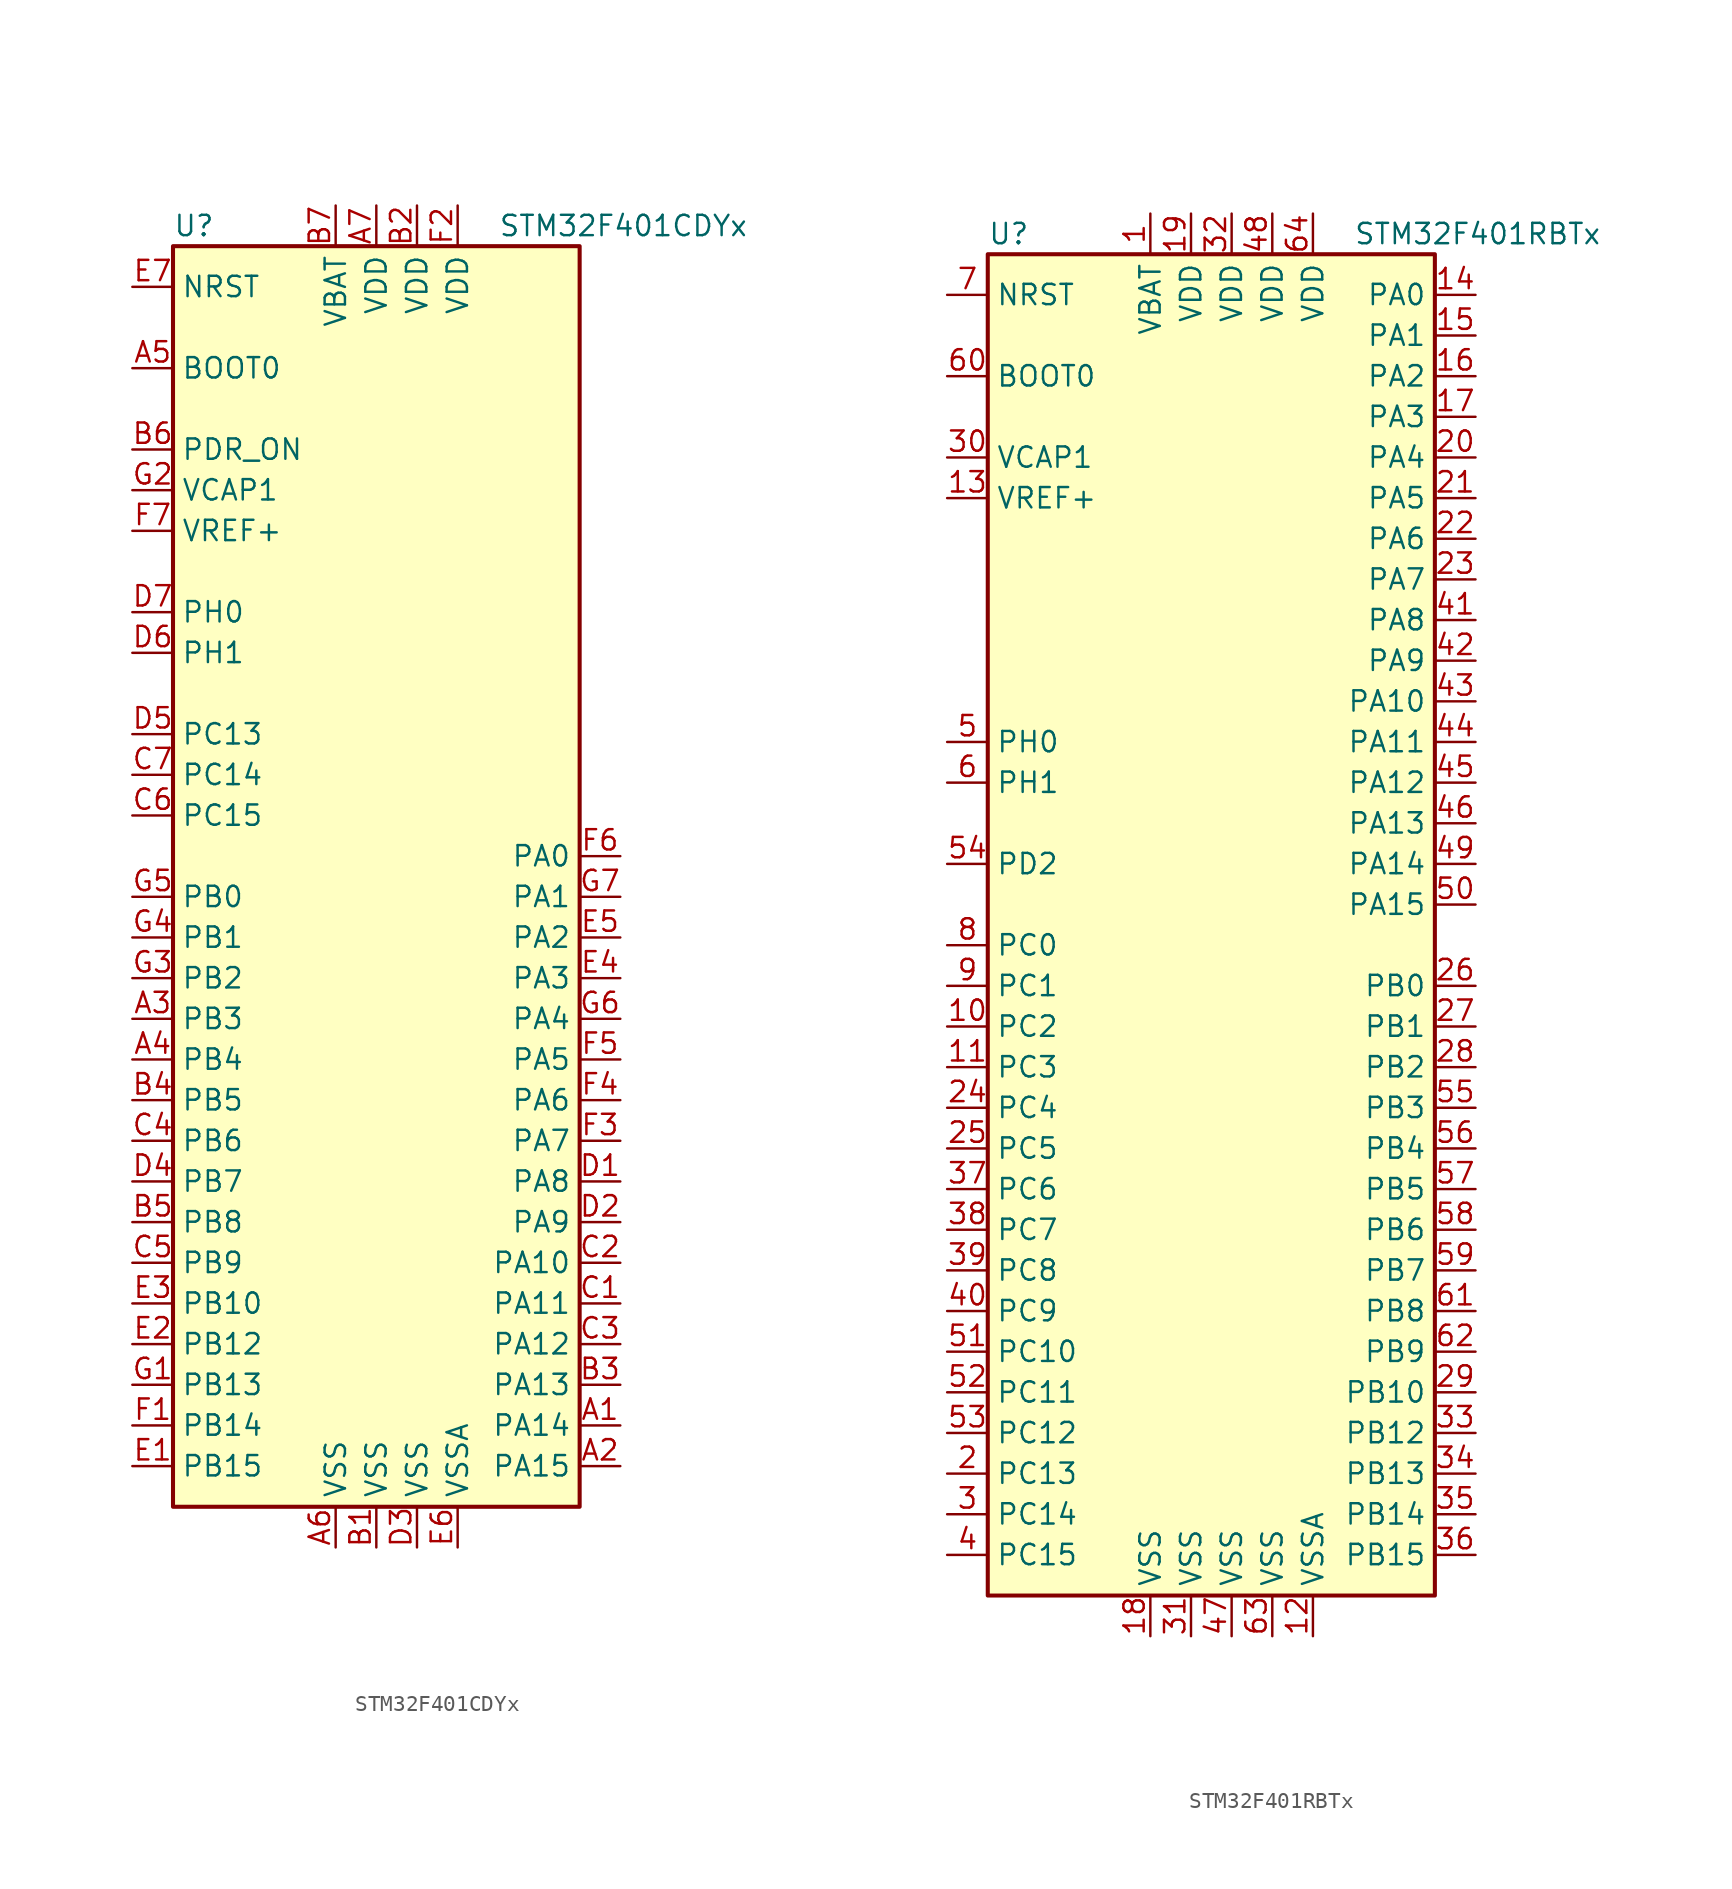
<source format=kicad_sym>
(kicad_symbol_lib
  (version 20201005)
  (generator kicad_symbol_editor)
  (symbol "MCU_ST_STM32F4:STM32F401CDYx"
    (property "Reference" "U"
      (at -12.7 39.37 0)
      (effects (font (size 1.27 1.27)) (justify left)))
    (property "Value" "STM32F401CDYx"
      (at 7.62 39.37 0)
      (effects (font (size 1.27 1.27)) (justify left)))
    (symbol "STM32F401CDYx_0_1"
      (rectangle (start -12.7 -40.64) (end 12.7 38.1) (stroke (width 0.254)) (fill (type background))))
    (symbol "STM32F401CDYx_1_1"
      (pin input line (at -15.24 30.48 0) (length 2.54) (name "BOOT0" (effects (font (size 1.27 1.27)))) (number "A5" (effects (font (size 1.27 1.27)))))
      (pin input line (at -15.24 35.56 0) (length 2.54) (name "NRST" (effects (font (size 1.27 1.27)))) (number "E7" (effects (font (size 1.27 1.27)))))
      (pin bidirectional line (at 15.24 0 180) (length 2.54) (name "PA0" (effects (font (size 1.27 1.27)))) (number "F6" (effects (font (size 1.27 1.27)))))
      (pin bidirectional line (at 15.24 -2.54 180) (length 2.54) (name "PA1" (effects (font (size 1.27 1.27)))) (number "G7" (effects (font (size 1.27 1.27)))))
      (pin bidirectional line (at 15.24 -25.4 180) (length 2.54) (name "PA10" (effects (font (size 1.27 1.27)))) (number "C2" (effects (font (size 1.27 1.27)))))
      (pin bidirectional line (at 15.24 -27.94 180) (length 2.54) (name "PA11" (effects (font (size 1.27 1.27)))) (number "C1" (effects (font (size 1.27 1.27)))))
      (pin bidirectional line (at 15.24 -30.48 180) (length 2.54) (name "PA12" (effects (font (size 1.27 1.27)))) (number "C3" (effects (font (size 1.27 1.27)))))
      (pin bidirectional line (at 15.24 -33.02 180) (length 2.54) (name "PA13" (effects (font (size 1.27 1.27)))) (number "B3" (effects (font (size 1.27 1.27)))))
      (pin bidirectional line (at 15.24 -35.56 180) (length 2.54) (name "PA14" (effects (font (size 1.27 1.27)))) (number "A1" (effects (font (size 1.27 1.27)))))
      (pin bidirectional line (at 15.24 -38.1 180) (length 2.54) (name "PA15" (effects (font (size 1.27 1.27)))) (number "A2" (effects (font (size 1.27 1.27)))))
      (pin bidirectional line (at 15.24 -5.08 180) (length 2.54) (name "PA2" (effects (font (size 1.27 1.27)))) (number "E5" (effects (font (size 1.27 1.27)))))
      (pin bidirectional line (at 15.24 -7.62 180) (length 2.54) (name "PA3" (effects (font (size 1.27 1.27)))) (number "E4" (effects (font (size 1.27 1.27)))))
      (pin bidirectional line (at 15.24 -10.16 180) (length 2.54) (name "PA4" (effects (font (size 1.27 1.27)))) (number "G6" (effects (font (size 1.27 1.27)))))
      (pin bidirectional line (at 15.24 -12.7 180) (length 2.54) (name "PA5" (effects (font (size 1.27 1.27)))) (number "F5" (effects (font (size 1.27 1.27)))))
      (pin bidirectional line (at 15.24 -15.24 180) (length 2.54) (name "PA6" (effects (font (size 1.27 1.27)))) (number "F4" (effects (font (size 1.27 1.27)))))
      (pin bidirectional line (at 15.24 -17.78 180) (length 2.54) (name "PA7" (effects (font (size 1.27 1.27)))) (number "F3" (effects (font (size 1.27 1.27)))))
      (pin bidirectional line (at 15.24 -20.32 180) (length 2.54) (name "PA8" (effects (font (size 1.27 1.27)))) (number "D1" (effects (font (size 1.27 1.27)))))
      (pin bidirectional line (at 15.24 -22.86 180) (length 2.54) (name "PA9" (effects (font (size 1.27 1.27)))) (number "D2" (effects (font (size 1.27 1.27)))))
      (pin bidirectional line (at -15.24 -2.54 0) (length 2.54) (name "PB0" (effects (font (size 1.27 1.27)))) (number "G5" (effects (font (size 1.27 1.27)))))
      (pin bidirectional line (at -15.24 -5.08 0) (length 2.54) (name "PB1" (effects (font (size 1.27 1.27)))) (number "G4" (effects (font (size 1.27 1.27)))))
      (pin bidirectional line (at -15.24 -27.94 0) (length 2.54) (name "PB10" (effects (font (size 1.27 1.27)))) (number "E3" (effects (font (size 1.27 1.27)))))
      (pin bidirectional line (at -15.24 -30.48 0) (length 2.54) (name "PB12" (effects (font (size 1.27 1.27)))) (number "E2" (effects (font (size 1.27 1.27)))))
      (pin bidirectional line (at -15.24 -33.02 0) (length 2.54) (name "PB13" (effects (font (size 1.27 1.27)))) (number "G1" (effects (font (size 1.27 1.27)))))
      (pin bidirectional line (at -15.24 -35.56 0) (length 2.54) (name "PB14" (effects (font (size 1.27 1.27)))) (number "F1" (effects (font (size 1.27 1.27)))))
      (pin bidirectional line (at -15.24 -38.1 0) (length 2.54) (name "PB15" (effects (font (size 1.27 1.27)))) (number "E1" (effects (font (size 1.27 1.27)))))
      (pin bidirectional line (at -15.24 -7.62 0) (length 2.54) (name "PB2" (effects (font (size 1.27 1.27)))) (number "G3" (effects (font (size 1.27 1.27)))))
      (pin bidirectional line (at -15.24 -10.16 0) (length 2.54) (name "PB3" (effects (font (size 1.27 1.27)))) (number "A3" (effects (font (size 1.27 1.27)))))
      (pin bidirectional line (at -15.24 -12.7 0) (length 2.54) (name "PB4" (effects (font (size 1.27 1.27)))) (number "A4" (effects (font (size 1.27 1.27)))))
      (pin bidirectional line (at -15.24 -15.24 0) (length 2.54) (name "PB5" (effects (font (size 1.27 1.27)))) (number "B4" (effects (font (size 1.27 1.27)))))
      (pin bidirectional line (at -15.24 -17.78 0) (length 2.54) (name "PB6" (effects (font (size 1.27 1.27)))) (number "C4" (effects (font (size 1.27 1.27)))))
      (pin bidirectional line (at -15.24 -20.32 0) (length 2.54) (name "PB7" (effects (font (size 1.27 1.27)))) (number "D4" (effects (font (size 1.27 1.27)))))
      (pin bidirectional line (at -15.24 -22.86 0) (length 2.54) (name "PB8" (effects (font (size 1.27 1.27)))) (number "B5" (effects (font (size 1.27 1.27)))))
      (pin bidirectional line (at -15.24 -25.4 0) (length 2.54) (name "PB9" (effects (font (size 1.27 1.27)))) (number "C5" (effects (font (size 1.27 1.27)))))
      (pin bidirectional line (at -15.24 7.62 0) (length 2.54) (name "PC13" (effects (font (size 1.27 1.27)))) (number "D5" (effects (font (size 1.27 1.27)))))
      (pin bidirectional line (at -15.24 5.08 0) (length 2.54) (name "PC14" (effects (font (size 1.27 1.27)))) (number "C7" (effects (font (size 1.27 1.27)))))
      (pin bidirectional line (at -15.24 2.54 0) (length 2.54) (name "PC15" (effects (font (size 1.27 1.27)))) (number "C6" (effects (font (size 1.27 1.27)))))
      (pin power_in line (at -15.24 25.4 0) (length 2.54) (name "PDR_ON" (effects (font (size 1.27 1.27)))) (number "B6" (effects (font (size 1.27 1.27)))))
      (pin input line (at -15.24 15.24 0) (length 2.54) (name "PH0" (effects (font (size 1.27 1.27)))) (number "D7" (effects (font (size 1.27 1.27)))))
      (pin input line (at -15.24 12.7 0) (length 2.54) (name "PH1" (effects (font (size 1.27 1.27)))) (number "D6" (effects (font (size 1.27 1.27)))))
      (pin power_in line (at -2.54 40.64 270) (length 2.54) (name "VBAT" (effects (font (size 1.27 1.27)))) (number "B7" (effects (font (size 1.27 1.27)))))
      (pin power_in line (at -15.24 22.86 0) (length 2.54) (name "VCAP1" (effects (font (size 1.27 1.27)))) (number "G2" (effects (font (size 1.27 1.27)))))
      (pin power_in line (at 0 40.64 270) (length 2.54) (name "VDD" (effects (font (size 1.27 1.27)))) (number "A7" (effects (font (size 1.27 1.27)))))
      (pin power_in line (at 2.54 40.64 270) (length 2.54) (name "VDD" (effects (font (size 1.27 1.27)))) (number "B2" (effects (font (size 1.27 1.27)))))
      (pin power_in line (at 5.08 40.64 270) (length 2.54) (name "VDD" (effects (font (size 1.27 1.27)))) (number "F2" (effects (font (size 1.27 1.27)))))
      (pin power_in line (at -15.24 20.32 0) (length 2.54) (name "VREF+" (effects (font (size 1.27 1.27)))) (number "F7" (effects (font (size 1.27 1.27)))))
      (pin power_in line (at -2.54 -43.18 90) (length 2.54) (name "VSS" (effects (font (size 1.27 1.27)))) (number "A6" (effects (font (size 1.27 1.27)))))
      (pin power_in line (at 0 -43.18 90) (length 2.54) (name "VSS" (effects (font (size 1.27 1.27)))) (number "B1" (effects (font (size 1.27 1.27)))))
      (pin power_in line (at 2.54 -43.18 90) (length 2.54) (name "VSS" (effects (font (size 1.27 1.27)))) (number "D3" (effects (font (size 1.27 1.27)))))
      (pin power_in line (at 5.08 -43.18 90) (length 2.54) (name "VSSA" (effects (font (size 1.27 1.27)))) (number "E6" (effects (font (size 1.27 1.27)))))))
  (symbol "MCU_ST_STM32F4:STM32F401RBTx"
    (property "Reference" "U"
      (at -15.24 41.91 0)
      (effects (font (size 1.27 1.27)) (justify left)))
    (property "Value" "STM32F401RBTx"
      (at 7.62 41.91 0)
      (effects (font (size 1.27 1.27)) (justify left)))
    (symbol "STM32F401RBTx_0_1"
      (rectangle (start -15.24 -43.18) (end 12.7 40.64) (stroke (width 0.254)) (fill (type background))))
    (symbol "STM32F401RBTx_1_1"
      (pin input line (at -17.78 33.02 0) (length 2.54) (name "BOOT0" (effects (font (size 1.27 1.27)))) (number "60" (effects (font (size 1.27 1.27)))))
      (pin input line (at -17.78 38.1 0) (length 2.54) (name "NRST" (effects (font (size 1.27 1.27)))) (number "7" (effects (font (size 1.27 1.27)))))
      (pin bidirectional line (at 15.24 38.1 180) (length 2.54) (name "PA0" (effects (font (size 1.27 1.27)))) (number "14" (effects (font (size 1.27 1.27)))))
      (pin bidirectional line (at 15.24 35.56 180) (length 2.54) (name "PA1" (effects (font (size 1.27 1.27)))) (number "15" (effects (font (size 1.27 1.27)))))
      (pin bidirectional line (at 15.24 12.7 180) (length 2.54) (name "PA10" (effects (font (size 1.27 1.27)))) (number "43" (effects (font (size 1.27 1.27)))))
      (pin bidirectional line (at 15.24 10.16 180) (length 2.54) (name "PA11" (effects (font (size 1.27 1.27)))) (number "44" (effects (font (size 1.27 1.27)))))
      (pin bidirectional line (at 15.24 7.62 180) (length 2.54) (name "PA12" (effects (font (size 1.27 1.27)))) (number "45" (effects (font (size 1.27 1.27)))))
      (pin bidirectional line (at 15.24 5.08 180) (length 2.54) (name "PA13" (effects (font (size 1.27 1.27)))) (number "46" (effects (font (size 1.27 1.27)))))
      (pin bidirectional line (at 15.24 2.54 180) (length 2.54) (name "PA14" (effects (font (size 1.27 1.27)))) (number "49" (effects (font (size 1.27 1.27)))))
      (pin bidirectional line (at 15.24 0 180) (length 2.54) (name "PA15" (effects (font (size 1.27 1.27)))) (number "50" (effects (font (size 1.27 1.27)))))
      (pin bidirectional line (at 15.24 33.02 180) (length 2.54) (name "PA2" (effects (font (size 1.27 1.27)))) (number "16" (effects (font (size 1.27 1.27)))))
      (pin bidirectional line (at 15.24 30.48 180) (length 2.54) (name "PA3" (effects (font (size 1.27 1.27)))) (number "17" (effects (font (size 1.27 1.27)))))
      (pin bidirectional line (at 15.24 27.94 180) (length 2.54) (name "PA4" (effects (font (size 1.27 1.27)))) (number "20" (effects (font (size 1.27 1.27)))))
      (pin bidirectional line (at 15.24 25.4 180) (length 2.54) (name "PA5" (effects (font (size 1.27 1.27)))) (number "21" (effects (font (size 1.27 1.27)))))
      (pin bidirectional line (at 15.24 22.86 180) (length 2.54) (name "PA6" (effects (font (size 1.27 1.27)))) (number "22" (effects (font (size 1.27 1.27)))))
      (pin bidirectional line (at 15.24 20.32 180) (length 2.54) (name "PA7" (effects (font (size 1.27 1.27)))) (number "23" (effects (font (size 1.27 1.27)))))
      (pin bidirectional line (at 15.24 17.78 180) (length 2.54) (name "PA8" (effects (font (size 1.27 1.27)))) (number "41" (effects (font (size 1.27 1.27)))))
      (pin bidirectional line (at 15.24 15.24 180) (length 2.54) (name "PA9" (effects (font (size 1.27 1.27)))) (number "42" (effects (font (size 1.27 1.27)))))
      (pin bidirectional line (at 15.24 -5.08 180) (length 2.54) (name "PB0" (effects (font (size 1.27 1.27)))) (number "26" (effects (font (size 1.27 1.27)))))
      (pin bidirectional line (at 15.24 -7.62 180) (length 2.54) (name "PB1" (effects (font (size 1.27 1.27)))) (number "27" (effects (font (size 1.27 1.27)))))
      (pin bidirectional line (at 15.24 -30.48 180) (length 2.54) (name "PB10" (effects (font (size 1.27 1.27)))) (number "29" (effects (font (size 1.27 1.27)))))
      (pin bidirectional line (at 15.24 -33.02 180) (length 2.54) (name "PB12" (effects (font (size 1.27 1.27)))) (number "33" (effects (font (size 1.27 1.27)))))
      (pin bidirectional line (at 15.24 -35.56 180) (length 2.54) (name "PB13" (effects (font (size 1.27 1.27)))) (number "34" (effects (font (size 1.27 1.27)))))
      (pin bidirectional line (at 15.24 -38.1 180) (length 2.54) (name "PB14" (effects (font (size 1.27 1.27)))) (number "35" (effects (font (size 1.27 1.27)))))
      (pin bidirectional line (at 15.24 -40.64 180) (length 2.54) (name "PB15" (effects (font (size 1.27 1.27)))) (number "36" (effects (font (size 1.27 1.27)))))
      (pin bidirectional line (at 15.24 -10.16 180) (length 2.54) (name "PB2" (effects (font (size 1.27 1.27)))) (number "28" (effects (font (size 1.27 1.27)))))
      (pin bidirectional line (at 15.24 -12.7 180) (length 2.54) (name "PB3" (effects (font (size 1.27 1.27)))) (number "55" (effects (font (size 1.27 1.27)))))
      (pin bidirectional line (at 15.24 -15.24 180) (length 2.54) (name "PB4" (effects (font (size 1.27 1.27)))) (number "56" (effects (font (size 1.27 1.27)))))
      (pin bidirectional line (at 15.24 -17.78 180) (length 2.54) (name "PB5" (effects (font (size 1.27 1.27)))) (number "57" (effects (font (size 1.27 1.27)))))
      (pin bidirectional line (at 15.24 -20.32 180) (length 2.54) (name "PB6" (effects (font (size 1.27 1.27)))) (number "58" (effects (font (size 1.27 1.27)))))
      (pin bidirectional line (at 15.24 -22.86 180) (length 2.54) (name "PB7" (effects (font (size 1.27 1.27)))) (number "59" (effects (font (size 1.27 1.27)))))
      (pin bidirectional line (at 15.24 -25.4 180) (length 2.54) (name "PB8" (effects (font (size 1.27 1.27)))) (number "61" (effects (font (size 1.27 1.27)))))
      (pin bidirectional line (at 15.24 -27.94 180) (length 2.54) (name "PB9" (effects (font (size 1.27 1.27)))) (number "62" (effects (font (size 1.27 1.27)))))
      (pin bidirectional line (at -17.78 -2.54 0) (length 2.54) (name "PC0" (effects (font (size 1.27 1.27)))) (number "8" (effects (font (size 1.27 1.27)))))
      (pin bidirectional line (at -17.78 -5.08 0) (length 2.54) (name "PC1" (effects (font (size 1.27 1.27)))) (number "9" (effects (font (size 1.27 1.27)))))
      (pin bidirectional line (at -17.78 -27.94 0) (length 2.54) (name "PC10" (effects (font (size 1.27 1.27)))) (number "51" (effects (font (size 1.27 1.27)))))
      (pin bidirectional line (at -17.78 -30.48 0) (length 2.54) (name "PC11" (effects (font (size 1.27 1.27)))) (number "52" (effects (font (size 1.27 1.27)))))
      (pin bidirectional line (at -17.78 -33.02 0) (length 2.54) (name "PC12" (effects (font (size 1.27 1.27)))) (number "53" (effects (font (size 1.27 1.27)))))
      (pin bidirectional line (at -17.78 -35.56 0) (length 2.54) (name "PC13" (effects (font (size 1.27 1.27)))) (number "2" (effects (font (size 1.27 1.27)))))
      (pin bidirectional line (at -17.78 -38.1 0) (length 2.54) (name "PC14" (effects (font (size 1.27 1.27)))) (number "3" (effects (font (size 1.27 1.27)))))
      (pin bidirectional line (at -17.78 -40.64 0) (length 2.54) (name "PC15" (effects (font (size 1.27 1.27)))) (number "4" (effects (font (size 1.27 1.27)))))
      (pin bidirectional line (at -17.78 -7.62 0) (length 2.54) (name "PC2" (effects (font (size 1.27 1.27)))) (number "10" (effects (font (size 1.27 1.27)))))
      (pin bidirectional line (at -17.78 -10.16 0) (length 2.54) (name "PC3" (effects (font (size 1.27 1.27)))) (number "11" (effects (font (size 1.27 1.27)))))
      (pin bidirectional line (at -17.78 -12.7 0) (length 2.54) (name "PC4" (effects (font (size 1.27 1.27)))) (number "24" (effects (font (size 1.27 1.27)))))
      (pin bidirectional line (at -17.78 -15.24 0) (length 2.54) (name "PC5" (effects (font (size 1.27 1.27)))) (number "25" (effects (font (size 1.27 1.27)))))
      (pin bidirectional line (at -17.78 -17.78 0) (length 2.54) (name "PC6" (effects (font (size 1.27 1.27)))) (number "37" (effects (font (size 1.27 1.27)))))
      (pin bidirectional line (at -17.78 -20.32 0) (length 2.54) (name "PC7" (effects (font (size 1.27 1.27)))) (number "38" (effects (font (size 1.27 1.27)))))
      (pin bidirectional line (at -17.78 -22.86 0) (length 2.54) (name "PC8" (effects (font (size 1.27 1.27)))) (number "39" (effects (font (size 1.27 1.27)))))
      (pin bidirectional line (at -17.78 -25.4 0) (length 2.54) (name "PC9" (effects (font (size 1.27 1.27)))) (number "40" (effects (font (size 1.27 1.27)))))
      (pin bidirectional line (at -17.78 2.54 0) (length 2.54) (name "PD2" (effects (font (size 1.27 1.27)))) (number "54" (effects (font (size 1.27 1.27)))))
      (pin input line (at -17.78 10.16 0) (length 2.54) (name "PH0" (effects (font (size 1.27 1.27)))) (number "5" (effects (font (size 1.27 1.27)))))
      (pin input line (at -17.78 7.62 0) (length 2.54) (name "PH1" (effects (font (size 1.27 1.27)))) (number "6" (effects (font (size 1.27 1.27)))))
      (pin power_in line (at -5.08 43.18 270) (length 2.54) (name "VBAT" (effects (font (size 1.27 1.27)))) (number "1" (effects (font (size 1.27 1.27)))))
      (pin power_in line (at -17.78 27.94 0) (length 2.54) (name "VCAP1" (effects (font (size 1.27 1.27)))) (number "30" (effects (font (size 1.27 1.27)))))
      (pin power_in line (at -2.54 43.18 270) (length 2.54) (name "VDD" (effects (font (size 1.27 1.27)))) (number "19" (effects (font (size 1.27 1.27)))))
      (pin power_in line (at 0 43.18 270) (length 2.54) (name "VDD" (effects (font (size 1.27 1.27)))) (number "32" (effects (font (size 1.27 1.27)))))
      (pin power_in line (at 2.54 43.18 270) (length 2.54) (name "VDD" (effects (font (size 1.27 1.27)))) (number "48" (effects (font (size 1.27 1.27)))))
      (pin power_in line (at 5.08 43.18 270) (length 2.54) (name "VDD" (effects (font (size 1.27 1.27)))) (number "64" (effects (font (size 1.27 1.27)))))
      (pin power_in line (at -17.78 25.4 0) (length 2.54) (name "VREF+" (effects (font (size 1.27 1.27)))) (number "13" (effects (font (size 1.27 1.27)))))
      (pin power_in line (at -5.08 -45.72 90) (length 2.54) (name "VSS" (effects (font (size 1.27 1.27)))) (number "18" (effects (font (size 1.27 1.27)))))
      (pin power_in line (at -2.54 -45.72 90) (length 2.54) (name "VSS" (effects (font (size 1.27 1.27)))) (number "31" (effects (font (size 1.27 1.27)))))
      (pin power_in line (at 0 -45.72 90) (length 2.54) (name "VSS" (effects (font (size 1.27 1.27)))) (number "47" (effects (font (size 1.27 1.27)))))
      (pin power_in line (at 2.54 -45.72 90) (length 2.54) (name "VSS" (effects (font (size 1.27 1.27)))) (number "63" (effects (font (size 1.27 1.27)))))
      (pin power_in line (at 5.08 -45.72 90) (length 2.54) (name "VSSA" (effects (font (size 1.27 1.27)))) (number "12" (effects (font (size 1.27 1.27))))))))
</source>
